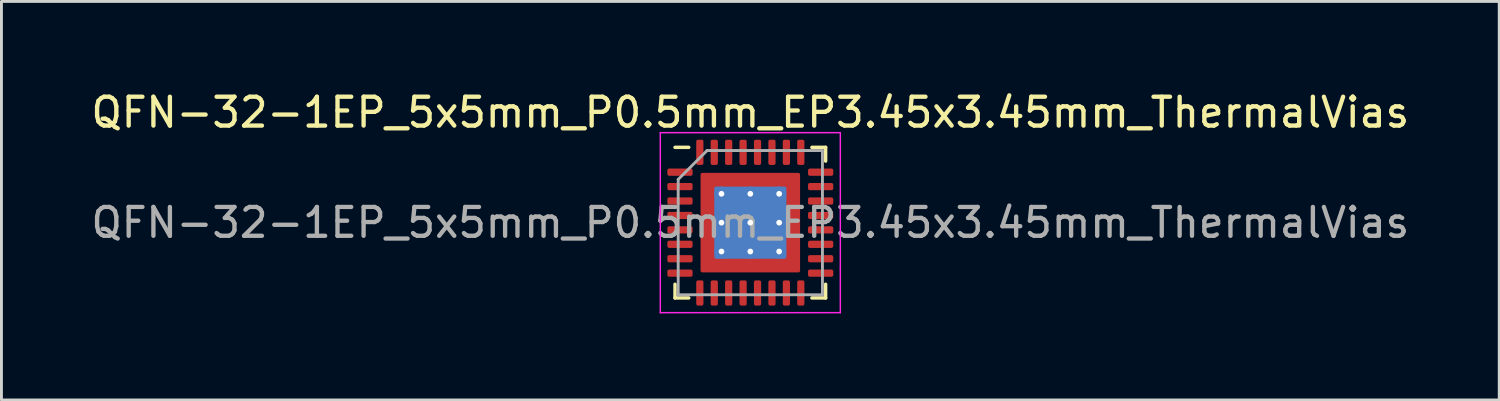
<source format=kicad_pcb>
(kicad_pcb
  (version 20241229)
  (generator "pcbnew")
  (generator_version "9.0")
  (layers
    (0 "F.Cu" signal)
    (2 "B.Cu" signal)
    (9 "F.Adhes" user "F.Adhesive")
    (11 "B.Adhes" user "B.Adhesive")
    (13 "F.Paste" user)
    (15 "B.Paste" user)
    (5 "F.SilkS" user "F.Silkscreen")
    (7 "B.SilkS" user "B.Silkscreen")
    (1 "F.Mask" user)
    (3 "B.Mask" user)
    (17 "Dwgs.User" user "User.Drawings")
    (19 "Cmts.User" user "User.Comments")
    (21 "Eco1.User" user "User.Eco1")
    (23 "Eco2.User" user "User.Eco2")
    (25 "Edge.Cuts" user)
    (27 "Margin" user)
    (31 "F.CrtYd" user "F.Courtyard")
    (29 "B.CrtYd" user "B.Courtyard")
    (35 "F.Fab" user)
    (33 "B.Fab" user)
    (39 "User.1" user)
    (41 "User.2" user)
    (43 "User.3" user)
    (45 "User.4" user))
  (footprint "QFN-32-1EP_5x5mm_P0.5mm_EP3.45x3.45mm_ThermalVias"
    (layer "F.Cu")
    (at 22.958 4.668)
    (property "Reference" "QFN-32-1EP_5x5mm_P0.5mm_EP3.45x3.45mm_ThermalVias" (at 0 -3.82 0) (layer "F.SilkS") (effects (font (size 1 1) (thickness 0.15))))
    (attr smd)
    (fp_line (start -2.61 2.61) (end -2.61 2.135) (stroke (width 0.12) (type solid)) (layer "F.SilkS"))
    (fp_line (start -2.135 -2.61) (end -2.61 -2.61) (stroke (width 0.12) (type solid)) (layer "F.SilkS"))
    (fp_line (start -2.135 2.61) (end -2.61 2.61) (stroke (width 0.12) (type solid)) (layer "F.SilkS"))
    (fp_line (start 2.135 -2.61) (end 2.61 -2.61) (stroke (width 0.12) (type solid)) (layer "F.SilkS"))
    (fp_line (start 2.135 2.61) (end 2.61 2.61) (stroke (width 0.12) (type solid)) (layer "F.SilkS"))
    (fp_line (start 2.61 -2.61) (end 2.61 -2.135) (stroke (width 0.12) (type solid)) (layer "F.SilkS"))
    (fp_line (start 2.61 2.61) (end 2.61 2.135) (stroke (width 0.12) (type solid)) (layer "F.SilkS"))
    (fp_line (start -3.12 -3.12) (end -3.12 3.12) (stroke (width 0.05) (type solid)) (layer "F.CrtYd"))
    (fp_line (start -3.12 3.12) (end 3.12 3.12) (stroke (width 0.05) (type solid)) (layer "F.CrtYd"))
    (fp_line (start 3.12 -3.12) (end -3.12 -3.12) (stroke (width 0.05) (type solid)) (layer "F.CrtYd"))
    (fp_line (start 3.12 3.12) (end 3.12 -3.12) (stroke (width 0.05) (type solid)) (layer "F.CrtYd"))
    (fp_line (start -2.5 -1.5) (end -1.5 -2.5) (stroke (width 0.1) (type solid)) (layer "F.Fab"))
    (fp_line (start -2.5 2.5) (end -2.5 -1.5) (stroke (width 0.1) (type solid)) (layer "F.Fab"))
    (fp_line (start -1.5 -2.5) (end 2.5 -2.5) (stroke (width 0.1) (type solid)) (layer "F.Fab"))
    (fp_line (start 2.5 -2.5) (end 2.5 2.5) (stroke (width 0.1) (type solid)) (layer "F.Fab"))
    (fp_line (start 2.5 2.5) (end -2.5 2.5) (stroke (width 0.1) (type solid)) (layer "F.Fab"))
    (fp_text user "${REFERENCE}" (at 0 0 0) (layer "F.Fab") (effects (font (size 1 1) (thickness 0.15))))
    (pad "" smd custom (at -1.363 -1.363) (size 0.484 0.484) (layers "F.Paste") (options (anchor circle)) (primitives (gr_poly (pts (xy -0.192 -0.192) (xy 0.192 -0.192) (xy 0.192 0.108) (xy 0.108 0.192) (xy -0.192 0.192)) (width 0.201) (fill yes))))
    (pad "" smd custom (at -1.363 -0.5) (size 0.503 0.503) (layers "F.Paste") (options (anchor circle)) (primitives (gr_poly (pts (xy -0.21 -0.321) (xy 0.143 -0.321) (xy 0.21 -0.254) (xy 0.21 0.254) (xy 0.143 0.321) (xy -0.21 0.321)) (width 0.164) (fill yes))))
    (pad "" smd custom (at -1.363 0.5) (size 0.503 0.503) (layers "F.Paste") (options (anchor circle)) (primitives (gr_poly (pts (xy -0.21 -0.321) (xy 0.143 -0.321) (xy 0.21 -0.254) (xy 0.21 0.254) (xy 0.143 0.321) (xy -0.21 0.321)) (width 0.164) (fill yes))))
    (pad "" smd custom (at -1.363 1.363) (size 0.484 0.484) (layers "F.Paste") (options (anchor circle)) (primitives (gr_poly (pts (xy -0.192 -0.192) (xy 0.108 -0.192) (xy 0.192 -0.108) (xy 0.192 0.192) (xy -0.192 0.192)) (width 0.201) (fill yes))))
    (pad "" smd custom (at -0.5 -1.363) (size 0.503 0.503) (layers "F.Paste") (options (anchor circle)) (primitives (gr_poly (pts (xy -0.321 -0.21) (xy 0.321 -0.21) (xy 0.321 0.143) (xy 0.254 0.21) (xy -0.254 0.21) (xy -0.321 0.143)) (width 0.164) (fill yes))))
    (pad "" smd roundrect (at -0.5 -0.5) (size 0.806 0.806) (layers "F.Paste") (roundrect_rratio 0.25))
    (pad "" smd roundrect (at -0.5 0.5) (size 0.806 0.806) (layers "F.Paste") (roundrect_rratio 0.25))
    (pad "" smd custom (at -0.5 1.363) (size 0.503 0.503) (layers "F.Paste") (options (anchor circle)) (primitives (gr_poly (pts (xy -0.321 -0.143) (xy -0.254 -0.21) (xy 0.254 -0.21) (xy 0.321 -0.143) (xy 0.321 0.21) (xy -0.321 0.21)) (width 0.164) (fill yes))))
    (pad "" smd custom (at 0.5 -1.363) (size 0.503 0.503) (layers "F.Paste") (options (anchor circle)) (primitives (gr_poly (pts (xy -0.321 -0.21) (xy 0.321 -0.21) (xy 0.321 0.143) (xy 0.254 0.21) (xy -0.254 0.21) (xy -0.321 0.143)) (width 0.164) (fill yes))))
    (pad "" smd roundrect (at 0.5 -0.5) (size 0.806 0.806) (layers "F.Paste") (roundrect_rratio 0.25))
    (pad "" smd roundrect (at 0.5 0.5) (size 0.806 0.806) (layers "F.Paste") (roundrect_rratio 0.25))
    (pad "" smd custom (at 0.5 1.363) (size 0.503 0.503) (layers "F.Paste") (options (anchor circle)) (primitives (gr_poly (pts (xy -0.321 -0.143) (xy -0.254 -0.21) (xy 0.254 -0.21) (xy 0.321 -0.143) (xy 0.321 0.21) (xy -0.321 0.21)) (width 0.164) (fill yes))))
    (pad "" smd custom (at 1.363 -1.363) (size 0.484 0.484) (layers "F.Paste") (options (anchor circle)) (primitives (gr_poly (pts (xy -0.192 -0.192) (xy 0.192 -0.192) (xy 0.192 0.192) (xy -0.108 0.192) (xy -0.192 0.108)) (width 0.201) (fill yes))))
    (pad "" smd custom (at 1.363 -0.5) (size 0.503 0.503) (layers "F.Paste") (options (anchor circle)) (primitives (gr_poly (pts (xy -0.21 -0.254) (xy -0.143 -0.321) (xy 0.21 -0.321) (xy 0.21 0.321) (xy -0.143 0.321) (xy -0.21 0.254)) (width 0.164) (fill yes))))
    (pad "" smd custom (at 1.363 0.5) (size 0.503 0.503) (layers "F.Paste") (options (anchor circle)) (primitives (gr_poly (pts (xy -0.21 -0.254) (xy -0.143 -0.321) (xy 0.21 -0.321) (xy 0.21 0.321) (xy -0.143 0.321) (xy -0.21 0.254)) (width 0.164) (fill yes))))
    (pad "" smd custom (at 1.363 1.363) (size 0.484 0.484) (layers "F.Paste") (options (anchor circle)) (primitives (gr_poly (pts (xy -0.192 -0.108) (xy -0.108 -0.192) (xy 0.192 -0.192) (xy 0.192 0.192) (xy -0.192 0.192)) (width 0.201) (fill yes))))
    (pad "1" smd roundrect (at -2.438 -1.75) (size 0.875 0.25) (layers "F.Cu" "F.Mask" "F.Paste") (roundrect_rratio 0.25))
    (pad "2" smd roundrect (at -2.438 -1.25) (size 0.875 0.25) (layers "F.Cu" "F.Mask" "F.Paste") (roundrect_rratio 0.25))
    (pad "3" smd roundrect (at -2.438 -0.75) (size 0.875 0.25) (layers "F.Cu" "F.Mask" "F.Paste") (roundrect_rratio 0.25))
    (pad "4" smd roundrect (at -2.438 -0.25) (size 0.875 0.25) (layers "F.Cu" "F.Mask" "F.Paste") (roundrect_rratio 0.25))
    (pad "5" smd roundrect (at -2.438 0.25) (size 0.875 0.25) (layers "F.Cu" "F.Mask" "F.Paste") (roundrect_rratio 0.25))
    (pad "6" smd roundrect (at -2.438 0.75) (size 0.875 0.25) (layers "F.Cu" "F.Mask" "F.Paste") (roundrect_rratio 0.25))
    (pad "7" smd roundrect (at -2.438 1.25) (size 0.875 0.25) (layers "F.Cu" "F.Mask" "F.Paste") (roundrect_rratio 0.25))
    (pad "8" smd roundrect (at -2.438 1.75) (size 0.875 0.25) (layers "F.Cu" "F.Mask" "F.Paste") (roundrect_rratio 0.25))
    (pad "9" smd roundrect (at -1.75 2.438) (size 0.25 0.875) (layers "F.Cu" "F.Mask" "F.Paste") (roundrect_rratio 0.25))
    (pad "10" smd roundrect (at -1.25 2.438) (size 0.25 0.875) (layers "F.Cu" "F.Mask" "F.Paste") (roundrect_rratio 0.25))
    (pad "11" smd roundrect (at -0.75 2.438) (size 0.25 0.875) (layers "F.Cu" "F.Mask" "F.Paste") (roundrect_rratio 0.25))
    (pad "12" smd roundrect (at -0.25 2.438) (size 0.25 0.875) (layers "F.Cu" "F.Mask" "F.Paste") (roundrect_rratio 0.25))
    (pad "13" smd roundrect (at 0.25 2.438) (size 0.25 0.875) (layers "F.Cu" "F.Mask" "F.Paste") (roundrect_rratio 0.25))
    (pad "14" smd roundrect (at 0.75 2.438) (size 0.25 0.875) (layers "F.Cu" "F.Mask" "F.Paste") (roundrect_rratio 0.25))
    (pad "15" smd roundrect (at 1.25 2.438) (size 0.25 0.875) (layers "F.Cu" "F.Mask" "F.Paste") (roundrect_rratio 0.25))
    (pad "16" smd roundrect (at 1.75 2.438) (size 0.25 0.875) (layers "F.Cu" "F.Mask" "F.Paste") (roundrect_rratio 0.25))
    (pad "17" smd roundrect (at 2.438 1.75) (size 0.875 0.25) (layers "F.Cu" "F.Mask" "F.Paste") (roundrect_rratio 0.25))
    (pad "18" smd roundrect (at 2.438 1.25) (size 0.875 0.25) (layers "F.Cu" "F.Mask" "F.Paste") (roundrect_rratio 0.25))
    (pad "19" smd roundrect (at 2.438 0.75) (size 0.875 0.25) (layers "F.Cu" "F.Mask" "F.Paste") (roundrect_rratio 0.25))
    (pad "20" smd roundrect (at 2.438 0.25) (size 0.875 0.25) (layers "F.Cu" "F.Mask" "F.Paste") (roundrect_rratio 0.25))
    (pad "21" smd roundrect (at 2.438 -0.25) (size 0.875 0.25) (layers "F.Cu" "F.Mask" "F.Paste") (roundrect_rratio 0.25))
    (pad "22" smd roundrect (at 2.438 -0.75) (size 0.875 0.25) (layers "F.Cu" "F.Mask" "F.Paste") (roundrect_rratio 0.25))
    (pad "23" smd roundrect (at 2.438 -1.25) (size 0.875 0.25) (layers "F.Cu" "F.Mask" "F.Paste") (roundrect_rratio 0.25))
    (pad "24" smd roundrect (at 2.438 -1.75) (size 0.875 0.25) (layers "F.Cu" "F.Mask" "F.Paste") (roundrect_rratio 0.25))
    (pad "25" smd roundrect (at 1.75 -2.438) (size 0.25 0.875) (layers "F.Cu" "F.Mask" "F.Paste") (roundrect_rratio 0.25))
    (pad "26" smd roundrect (at 1.25 -2.438) (size 0.25 0.875) (layers "F.Cu" "F.Mask" "F.Paste") (roundrect_rratio 0.25))
    (pad "27" smd roundrect (at 0.75 -2.438) (size 0.25 0.875) (layers "F.Cu" "F.Mask" "F.Paste") (roundrect_rratio 0.25))
    (pad "28" smd roundrect (at 0.25 -2.438) (size 0.25 0.875) (layers "F.Cu" "F.Mask" "F.Paste") (roundrect_rratio 0.25))
    (pad "29" smd roundrect (at -0.25 -2.438) (size 0.25 0.875) (layers "F.Cu" "F.Mask" "F.Paste") (roundrect_rratio 0.25))
    (pad "30" smd roundrect (at -0.75 -2.438) (size 0.25 0.875) (layers "F.Cu" "F.Mask" "F.Paste") (roundrect_rratio 0.25))
    (pad "31" smd roundrect (at -1.25 -2.438) (size 0.25 0.875) (layers "F.Cu" "F.Mask" "F.Paste") (roundrect_rratio 0.25))
    (pad "32" smd roundrect (at -1.75 -2.438) (size 0.25 0.875) (layers "F.Cu" "F.Mask" "F.Paste") (roundrect_rratio 0.25))
    (pad "33" thru_hole circle (at -1 -1) (size 0.5 0.5) (drill 0.2) (layers "*.Cu"))
    (pad "33" thru_hole circle (at -1 0) (size 0.5 0.5) (drill 0.2) (layers "*.Cu"))
    (pad "33" thru_hole circle (at -1 1) (size 0.5 0.5) (drill 0.2) (layers "*.Cu"))
    (pad "33" thru_hole circle (at 0 -1) (size 0.5 0.5) (drill 0.2) (layers "*.Cu"))
    (pad "33" thru_hole circle (at 0 0) (size 0.5 0.5) (drill 0.2) (layers "*.Cu"))
    (pad "33" smd roundrect (at 0 0) (size 2.5 2.5) (layers "B.Cu") (roundrect_rratio 0.025))
    (pad "33" smd roundrect (at 0 0) (size 3.45 3.45) (layers "F.Cu" "F.Mask") (roundrect_rratio 0.018))
    (pad "33" thru_hole circle (at 0 1) (size 0.5 0.5) (drill 0.2) (layers "*.Cu"))
    (pad "33" thru_hole circle (at 1 -1) (size 0.5 0.5) (drill 0.2) (layers "*.Cu"))
    (pad "33" thru_hole circle (at 1 0) (size 0.5 0.5) (drill 0.2) (layers "*.Cu"))
    (pad "33" thru_hole circle (at 1 1) (size 0.5 0.5) (drill 0.2) (layers "*.Cu")))
  (gr_rect
    (start -3 -3)
    (end 48.917 10.813)
    (stroke (width 0.1) (type default))
    (fill no)
    (layer "Edge.Cuts")))
</source>
